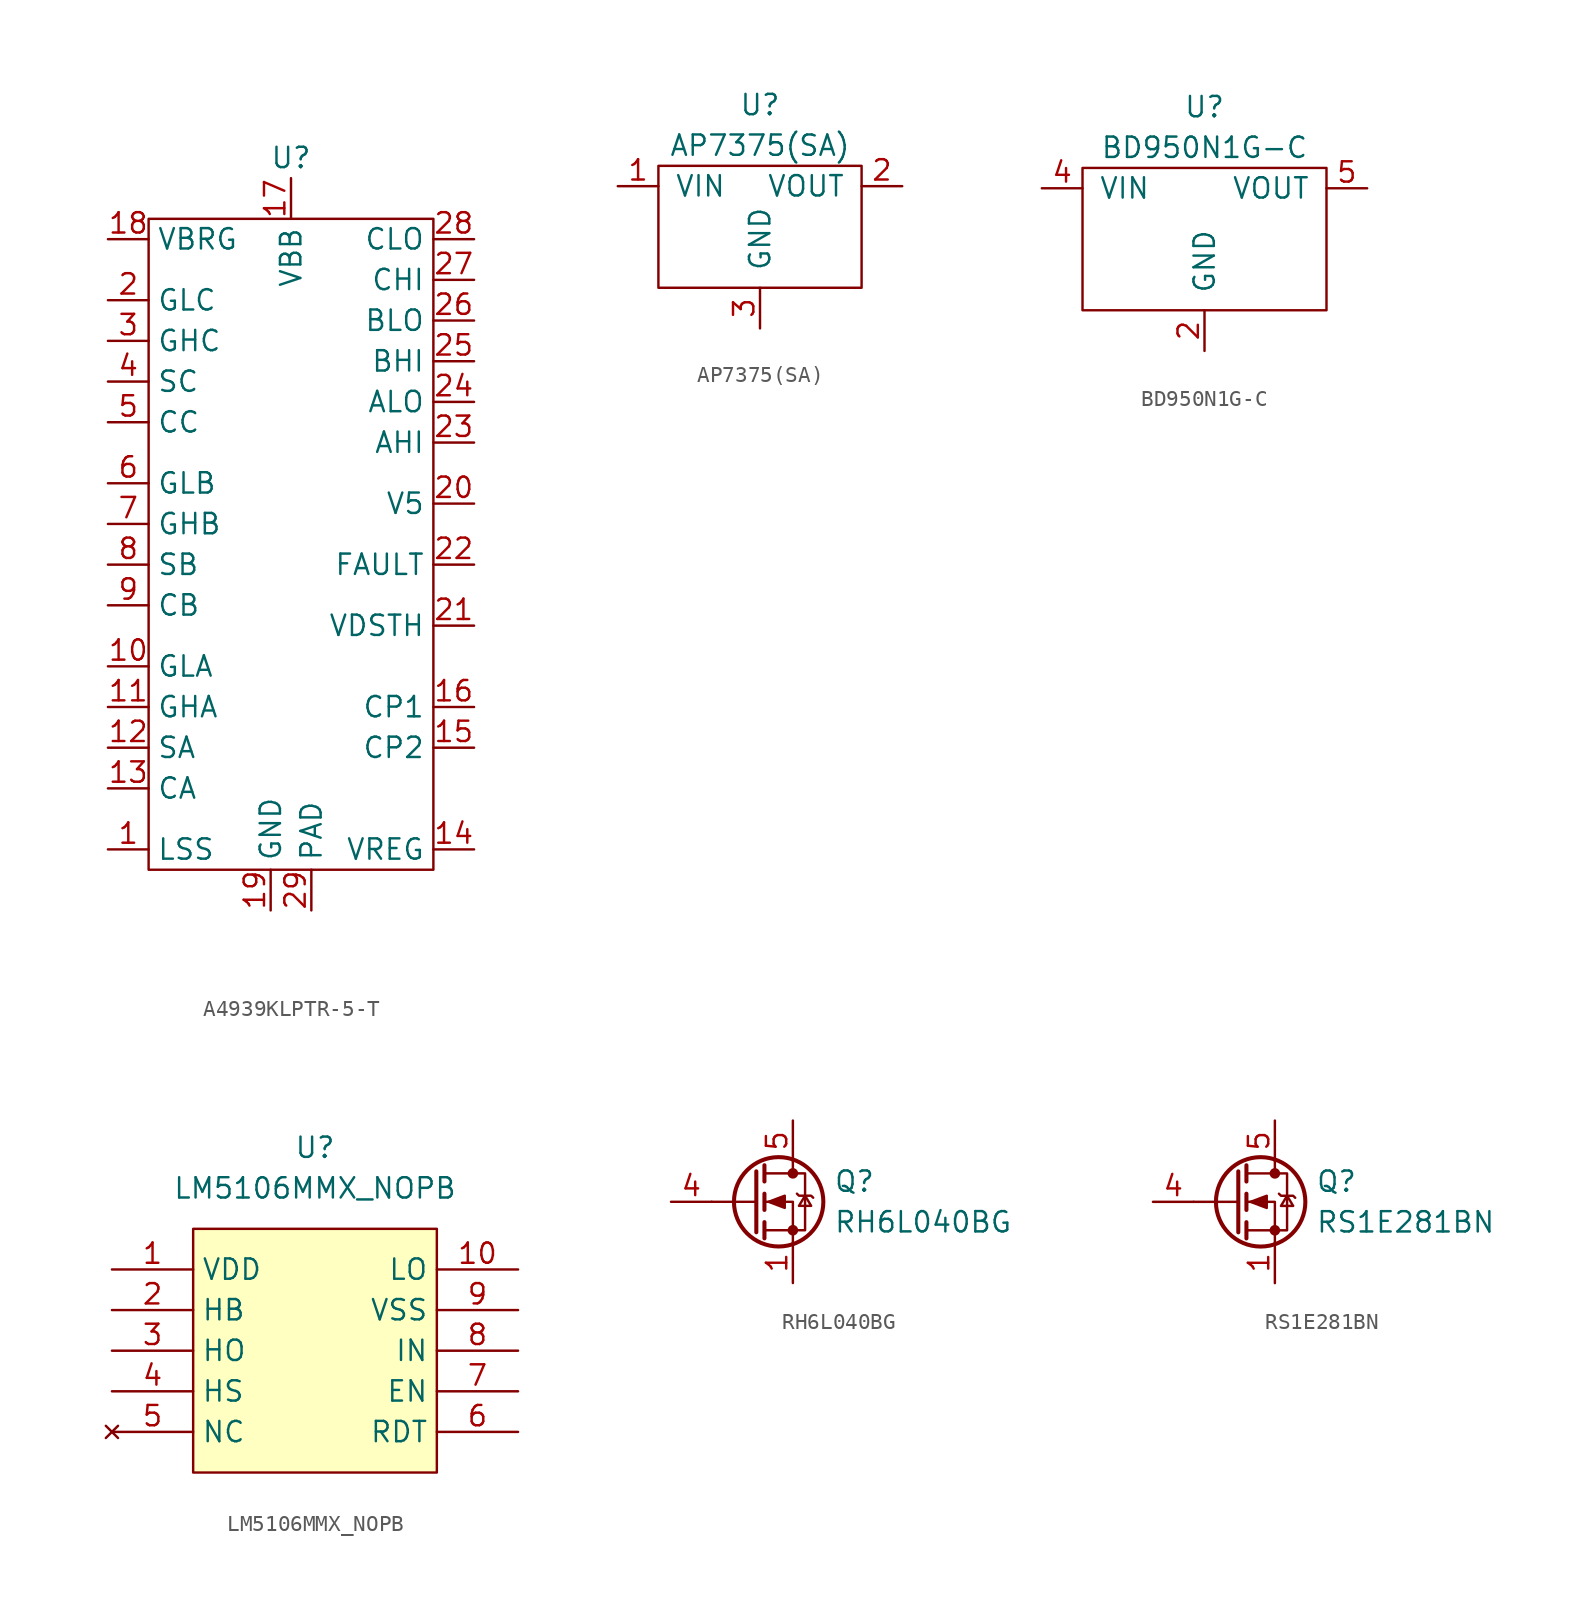
<source format=kicad_sym>
(kicad_symbol_lib
  (version 20231120)
  (generator "kicad_symbol_editor")
  (generator_version "8.0")
  (symbol "A4939KLPTR-5-T"
    (property "Reference" "U"
      (at 0 24.13 0)
      (effects (font (size 1.27 1.27))))
    (property "Value" ""
      (at 0 0 0)
      (effects (font (size 1.27 1.27))))
    (symbol "A4939KLPTR-5-T_0_1"
      (rectangle (start -8.89 20.32) (end 8.89 -20.32) (stroke (width 0) (type default)) (fill (type none))))
    (symbol "A4939KLPTR-5-T_1_1"
      (pin power_in line (at -11.43 -19.05 0) (length 2.54) (name "LSS" (effects (font (size 1.27 1.27)))) (number "1" (effects (font (size 1.27 1.27)))))
      (pin output line (at -11.43 -7.62 0) (length 2.54) (name "GLA" (effects (font (size 1.27 1.27)))) (number "10" (effects (font (size 1.27 1.27)))))
      (pin output line (at -11.43 -10.16 0) (length 2.54) (name "GHA" (effects (font (size 1.27 1.27)))) (number "11" (effects (font (size 1.27 1.27)))))
      (pin input line (at -11.43 -12.7 0) (length 2.54) (name "SA" (effects (font (size 1.27 1.27)))) (number "12" (effects (font (size 1.27 1.27)))))
      (pin input line (at -11.43 -15.24 0) (length 2.54) (name "CA" (effects (font (size 1.27 1.27)))) (number "13" (effects (font (size 1.27 1.27)))))
      (pin input line (at 11.43 -19.05 180) (length 2.54) (name "VREG" (effects (font (size 1.27 1.27)))) (number "14" (effects (font (size 1.27 1.27)))))
      (pin bidirectional line (at 11.43 -12.7 180) (length 2.54) (name "CP2" (effects (font (size 1.27 1.27)))) (number "15" (effects (font (size 1.27 1.27)))))
      (pin bidirectional line (at 11.43 -10.16 180) (length 2.54) (name "CP1" (effects (font (size 1.27 1.27)))) (number "16" (effects (font (size 1.27 1.27)))))
      (pin power_in line (at 0 22.86 270) (length 2.54) (name "VBB" (effects (font (size 1.27 1.27)))) (number "17" (effects (font (size 1.27 1.27)))))
      (pin input line (at -11.43 19.05 0) (length 2.54) (name "VBRG" (effects (font (size 1.27 1.27)))) (number "18" (effects (font (size 1.27 1.27)))))
      (pin power_in line (at -1.27 -22.86 90) (length 2.54) (name "GND" (effects (font (size 1.27 1.27)))) (number "19" (effects (font (size 1.27 1.27)))))
      (pin output line (at -11.43 15.24 0) (length 2.54) (name "GLC" (effects (font (size 1.27 1.27)))) (number "2" (effects (font (size 1.27 1.27)))))
      (pin power_in line (at 11.43 2.54 180) (length 2.54) (name "V5" (effects (font (size 1.27 1.27)))) (number "20" (effects (font (size 1.27 1.27)))))
      (pin power_in line (at 11.43 -5.08 180) (length 2.54) (name "VDSTH" (effects (font (size 1.27 1.27)))) (number "21" (effects (font (size 1.27 1.27)))))
      (pin power_in line (at 11.43 -1.27 180) (length 2.54) (name "FAULT" (effects (font (size 1.27 1.27)))) (number "22" (effects (font (size 1.27 1.27)))))
      (pin input line (at 11.43 6.35 180) (length 2.54) (name "AHI" (effects (font (size 1.27 1.27)))) (number "23" (effects (font (size 1.27 1.27)))))
      (pin input line (at 11.43 8.89 180) (length 2.54) (name "ALO" (effects (font (size 1.27 1.27)))) (number "24" (effects (font (size 1.27 1.27)))))
      (pin input line (at 11.43 11.43 180) (length 2.54) (name "BHI" (effects (font (size 1.27 1.27)))) (number "25" (effects (font (size 1.27 1.27)))))
      (pin input line (at 11.43 13.97 180) (length 2.54) (name "BLO" (effects (font (size 1.27 1.27)))) (number "26" (effects (font (size 1.27 1.27)))))
      (pin input line (at 11.43 16.51 180) (length 2.54) (name "CHI" (effects (font (size 1.27 1.27)))) (number "27" (effects (font (size 1.27 1.27)))))
      (pin input line (at 11.43 19.05 180) (length 2.54) (name "CLO" (effects (font (size 1.27 1.27)))) (number "28" (effects (font (size 1.27 1.27)))))
      (pin power_in line (at 1.27 -22.86 90) (length 2.54) (name "PAD" (effects (font (size 1.27 1.27)))) (number "29" (effects (font (size 1.27 1.27)))))
      (pin output line (at -11.43 12.7 0) (length 2.54) (name "GHC" (effects (font (size 1.27 1.27)))) (number "3" (effects (font (size 1.27 1.27)))))
      (pin input line (at -11.43 10.16 0) (length 2.54) (name "SC" (effects (font (size 1.27 1.27)))) (number "4" (effects (font (size 1.27 1.27)))))
      (pin input line (at -11.43 7.62 0) (length 2.54) (name "CC" (effects (font (size 1.27 1.27)))) (number "5" (effects (font (size 1.27 1.27)))))
      (pin output line (at -11.43 3.81 0) (length 2.54) (name "GLB" (effects (font (size 1.27 1.27)))) (number "6" (effects (font (size 1.27 1.27)))))
      (pin output line (at -11.43 1.27 0) (length 2.54) (name "GHB" (effects (font (size 1.27 1.27)))) (number "7" (effects (font (size 1.27 1.27)))))
      (pin input line (at -11.43 -1.27 0) (length 2.54) (name "SB" (effects (font (size 1.27 1.27)))) (number "8" (effects (font (size 1.27 1.27)))))
      (pin input line (at -11.43 -3.81 0) (length 2.54) (name "CB" (effects (font (size 1.27 1.27)))) (number "9" (effects (font (size 1.27 1.27)))))))
  (symbol "AP7375(SA)"
    (pin_names
      (offset 1.016))
    (property "Reference" "U"
      (at 0 7.62 0)
      (effects (font (size 1.27 1.27))))
    (property "Value" "AP7375(SA)"
      (at 0 5.08 0)
      (effects (font (size 1.27 1.27))))
    (symbol "AP7375(SA)_0_1"
      (rectangle (start -6.35 3.81) (end 6.35 -3.81) (stroke (width 0) (type solid)) (fill (type none))))
    (symbol "AP7375(SA)_1_1"
      (pin power_in line (at -8.89 2.54 0) (length 2.54) (name "VIN" (effects (font (size 1.27 1.27)))) (number "1" (effects (font (size 1.27 1.27)))))
      (pin power_out line (at 8.89 2.54 180) (length 2.54) (name "VOUT" (effects (font (size 1.27 1.27)))) (number "2" (effects (font (size 1.27 1.27)))))
      (pin power_in line (at 0 -6.35 90) (length 2.54) (name "GND" (effects (font (size 1.27 1.27)))) (number "3" (effects (font (size 1.27 1.27)))))))
  (symbol "BD950N1G-C"
    (pin_names
      (offset 1.016))
    (property "Reference" "U"
      (at 0 7.62 0)
      (effects (font (size 1.27 1.27))))
    (property "Value" "BD950N1G-C"
      (at 0 5.08 0)
      (effects (font (size 1.27 1.27))))
    (symbol "BD950N1G-C_0_1"
      (rectangle (start -7.62 3.81) (end 7.62 -5.08) (stroke (width 0) (type solid)) (fill (type none))))
    (symbol "BD950N1G-C_1_1"
      (pin no_connect line (at 10.16 0 180) (length 2.54) hide (name "NC" (effects (font (size 1.27 1.27)))) (number "1" (effects (font (size 1.27 1.27)))))
      (pin power_in line (at 0 -7.62 90) (length 2.54) (name "GND" (effects (font (size 1.27 1.27)))) (number "2" (effects (font (size 1.27 1.27)))))
      (pin no_connect line (at -10.16 0 0) (length 2.54) hide (name "NC" (effects (font (size 1.27 1.27)))) (number "3" (effects (font (size 1.27 1.27)))))
      (pin power_in line (at -10.16 2.54 0) (length 2.54) (name "VIN" (effects (font (size 1.27 1.27)))) (number "4" (effects (font (size 1.27 1.27)))))
      (pin power_out line (at 10.16 2.54 180) (length 2.54) (name "VOUT" (effects (font (size 1.27 1.27)))) (number "5" (effects (font (size 1.27 1.27)))))))
  (symbol "LM5106MMX_NOPB"
    (property "Reference" "U"
      (at 0 2.54 0)
      (effects (font (size 1.27 1.27))))
    (property "Value" "LM5106MMX_NOPB"
      (at 0 0 0)
      (effects (font (size 1.27 1.27))))
    (symbol "LM5106MMX_NOPB_0_0"
      (pin passive line (at -12.7 -5.08 0) (length 5.08) (name "VDD" (effects (font (size 1.27 1.27)))) (number "1" (effects (font (size 1.27 1.27)))))
      (pin passive line (at 12.7 -5.08 180) (length 5.08) (name "LO" (effects (font (size 1.27 1.27)))) (number "10" (effects (font (size 1.27 1.27)))))
      (pin passive line (at -12.7 -7.62 0) (length 5.08) (name "HB" (effects (font (size 1.27 1.27)))) (number "2" (effects (font (size 1.27 1.27)))))
      (pin passive line (at -12.7 -10.16 0) (length 5.08) (name "HO" (effects (font (size 1.27 1.27)))) (number "3" (effects (font (size 1.27 1.27)))))
      (pin passive line (at -12.7 -12.7 0) (length 5.08) (name "HS" (effects (font (size 1.27 1.27)))) (number "4" (effects (font (size 1.27 1.27)))))
      (pin no_connect line (at -12.7 -15.24 0) (length 5.08) (name "NC" (effects (font (size 1.27 1.27)))) (number "5" (effects (font (size 1.27 1.27)))))
      (pin passive line (at 12.7 -15.24 180) (length 5.08) (name "RDT" (effects (font (size 1.27 1.27)))) (number "6" (effects (font (size 1.27 1.27)))))
      (pin passive line (at 12.7 -12.7 180) (length 5.08) (name "EN" (effects (font (size 1.27 1.27)))) (number "7" (effects (font (size 1.27 1.27)))))
      (pin passive line (at 12.7 -10.16 180) (length 5.08) (name "IN" (effects (font (size 1.27 1.27)))) (number "8" (effects (font (size 1.27 1.27)))))
      (pin passive line (at 12.7 -7.62 180) (length 5.08) (name "VSS" (effects (font (size 1.27 1.27)))) (number "9" (effects (font (size 1.27 1.27))))))
    (symbol "LM5106MMX_NOPB_1_1"
      (polyline (pts (xy -7.62 -2.54) (xy 7.62 -2.54) (xy 7.62 -17.78) (xy -7.62 -17.78) (xy -7.62 -2.54)) (stroke (width 0.152) (type solid)) (fill (type background)))))
  (symbol "RH6L040BG"
    (pin_names
      (offset 0) hide)
    (property "Reference" "Q"
      (at 5.08 1.27 0)
      (effects (font (size 1.27 1.27)) (justify left)))
    (property "Value" "RH6L040BG"
      (at 5.08 -1.27 0)
      (effects (font (size 1.27 1.27)) (justify left)))
    (symbol "RH6L040BG_0_1"
      (polyline (pts (xy 0.254 0) (xy -2.54 0)) (stroke (width 0) (type default)) (fill (type none)))
      (polyline (pts (xy 0.254 1.905) (xy 0.254 -1.905)) (stroke (width 0.254) (type default)) (fill (type none)))
      (polyline (pts (xy 0.762 -1.27) (xy 0.762 -2.286)) (stroke (width 0.254) (type default)) (fill (type none)))
      (polyline (pts (xy 0.762 0.508) (xy 0.762 -0.508)) (stroke (width 0.254) (type default)) (fill (type none)))
      (polyline (pts (xy 0.762 2.286) (xy 0.762 1.27)) (stroke (width 0.254) (type default)) (fill (type none)))
      (polyline (pts (xy 2.54 2.54) (xy 2.54 1.778)) (stroke (width 0) (type default)) (fill (type none)))
      (polyline (pts (xy 2.54 -2.54) (xy 2.54 0) (xy 0.762 0)) (stroke (width 0) (type default)) (fill (type none)))
      (polyline (pts (xy 0.762 -1.778) (xy 3.302 -1.778) (xy 3.302 1.778) (xy 0.762 1.778)) (stroke (width 0) (type default)) (fill (type none)))
      (polyline (pts (xy 1.016 0) (xy 2.032 0.381) (xy 2.032 -0.381) (xy 1.016 0)) (stroke (width 0) (type default)) (fill (type outline)))
      (polyline (pts (xy 2.794 0.508) (xy 2.921 0.381) (xy 3.683 0.381) (xy 3.81 0.254)) (stroke (width 0) (type default)) (fill (type none)))
      (polyline (pts (xy 3.302 0.381) (xy 2.921 -0.254) (xy 3.683 -0.254) (xy 3.302 0.381)) (stroke (width 0) (type default)) (fill (type none)))
      (circle (center 1.651 0) (radius 2.794) (stroke (width 0.254) (type default)) (fill (type none)))
      (circle (center 2.54 -1.778) (radius 0.254) (stroke (width 0) (type default)) (fill (type outline)))
      (circle (center 2.54 1.778) (radius 0.254) (stroke (width 0) (type default)) (fill (type outline))))
    (symbol "RH6L040BG_1_1"
      (pin passive line (at 2.54 -5.08 90) (length 2.54) (name "S" (effects (font (size 1.27 1.27)))) (number "1" (effects (font (size 1.27 1.27)))))
      (pin passive line (at 2.54 -5.08 90) (length 2.54) hide (name "S" (effects (font (size 1.27 1.27)))) (number "2" (effects (font (size 1.27 1.27)))))
      (pin passive line (at 2.54 -5.08 90) (length 2.54) hide (name "S" (effects (font (size 1.27 1.27)))) (number "3" (effects (font (size 1.27 1.27)))))
      (pin input line (at -5.08 0 0) (length 2.54) (name "G" (effects (font (size 1.27 1.27)))) (number "4" (effects (font (size 1.27 1.27)))))
      (pin passive line (at 2.54 5.08 270) (length 2.54) (name "D" (effects (font (size 1.27 1.27)))) (number "5" (effects (font (size 1.27 1.27)))))
      (pin passive line (at 2.54 5.08 270) (length 2.54) hide (name "D" (effects (font (size 1.27 1.27)))) (number "6" (effects (font (size 1.27 1.27)))))
      (pin passive line (at 2.54 5.08 270) (length 2.54) hide (name "D" (effects (font (size 1.27 1.27)))) (number "7" (effects (font (size 1.27 1.27)))))
      (pin passive line (at 2.54 5.08 270) (length 2.54) hide (name "D" (effects (font (size 1.27 1.27)))) (number "8" (effects (font (size 1.27 1.27)))))))
  (symbol "RS1E281BN"
    (pin_names
      (offset 0) hide)
    (property "Reference" "Q"
      (at 5.08 1.27 0)
      (effects (font (size 1.27 1.27)) (justify left)))
    (property "Value" "RS1E281BN"
      (at 5.08 -1.27 0)
      (effects (font (size 1.27 1.27)) (justify left)))
    (symbol "RS1E281BN_0_1"
      (polyline (pts (xy 0.254 0) (xy -2.54 0)) (stroke (width 0) (type default)) (fill (type none)))
      (polyline (pts (xy 0.254 1.905) (xy 0.254 -1.905)) (stroke (width 0.254) (type default)) (fill (type none)))
      (polyline (pts (xy 0.762 -1.27) (xy 0.762 -2.286)) (stroke (width 0.254) (type default)) (fill (type none)))
      (polyline (pts (xy 0.762 0.508) (xy 0.762 -0.508)) (stroke (width 0.254) (type default)) (fill (type none)))
      (polyline (pts (xy 0.762 2.286) (xy 0.762 1.27)) (stroke (width 0.254) (type default)) (fill (type none)))
      (polyline (pts (xy 2.54 2.54) (xy 2.54 1.778)) (stroke (width 0) (type default)) (fill (type none)))
      (polyline (pts (xy 2.54 -2.54) (xy 2.54 0) (xy 0.762 0)) (stroke (width 0) (type default)) (fill (type none)))
      (polyline (pts (xy 0.762 -1.778) (xy 3.302 -1.778) (xy 3.302 1.778) (xy 0.762 1.778)) (stroke (width 0) (type default)) (fill (type none)))
      (polyline (pts (xy 1.016 0) (xy 2.032 0.381) (xy 2.032 -0.381) (xy 1.016 0)) (stroke (width 0) (type default)) (fill (type outline)))
      (polyline (pts (xy 2.794 0.508) (xy 2.921 0.381) (xy 3.683 0.381) (xy 3.81 0.254)) (stroke (width 0) (type default)) (fill (type none)))
      (polyline (pts (xy 3.302 0.381) (xy 2.921 -0.254) (xy 3.683 -0.254) (xy 3.302 0.381)) (stroke (width 0) (type default)) (fill (type none)))
      (circle (center 1.651 0) (radius 2.794) (stroke (width 0.254) (type default)) (fill (type none)))
      (circle (center 2.54 -1.778) (radius 0.254) (stroke (width 0) (type default)) (fill (type outline)))
      (circle (center 2.54 1.778) (radius 0.254) (stroke (width 0) (type default)) (fill (type outline))))
    (symbol "RS1E281BN_1_1"
      (pin passive line (at 2.54 -5.08 90) (length 2.54) (name "S" (effects (font (size 1.27 1.27)))) (number "1" (effects (font (size 1.27 1.27)))))
      (pin passive line (at 2.54 -5.08 90) (length 2.54) hide (name "S" (effects (font (size 1.27 1.27)))) (number "2" (effects (font (size 1.27 1.27)))))
      (pin passive line (at 2.54 -5.08 90) (length 2.54) hide (name "S" (effects (font (size 1.27 1.27)))) (number "3" (effects (font (size 1.27 1.27)))))
      (pin input line (at -5.08 0 0) (length 2.54) (name "G" (effects (font (size 1.27 1.27)))) (number "4" (effects (font (size 1.27 1.27)))))
      (pin passive line (at 2.54 5.08 270) (length 2.54) (name "D" (effects (font (size 1.27 1.27)))) (number "5" (effects (font (size 1.27 1.27)))))
      (pin passive line (at 2.54 5.08 270) (length 2.54) hide (name "D" (effects (font (size 1.27 1.27)))) (number "6" (effects (font (size 1.27 1.27)))))
      (pin passive line (at 2.54 5.08 270) (length 2.54) hide (name "D" (effects (font (size 1.27 1.27)))) (number "7" (effects (font (size 1.27 1.27)))))
      (pin passive line (at 2.54 5.08 270) (length 2.54) hide (name "D" (effects (font (size 1.27 1.27)))) (number "8" (effects (font (size 1.27 1.27))))))))
</source>
